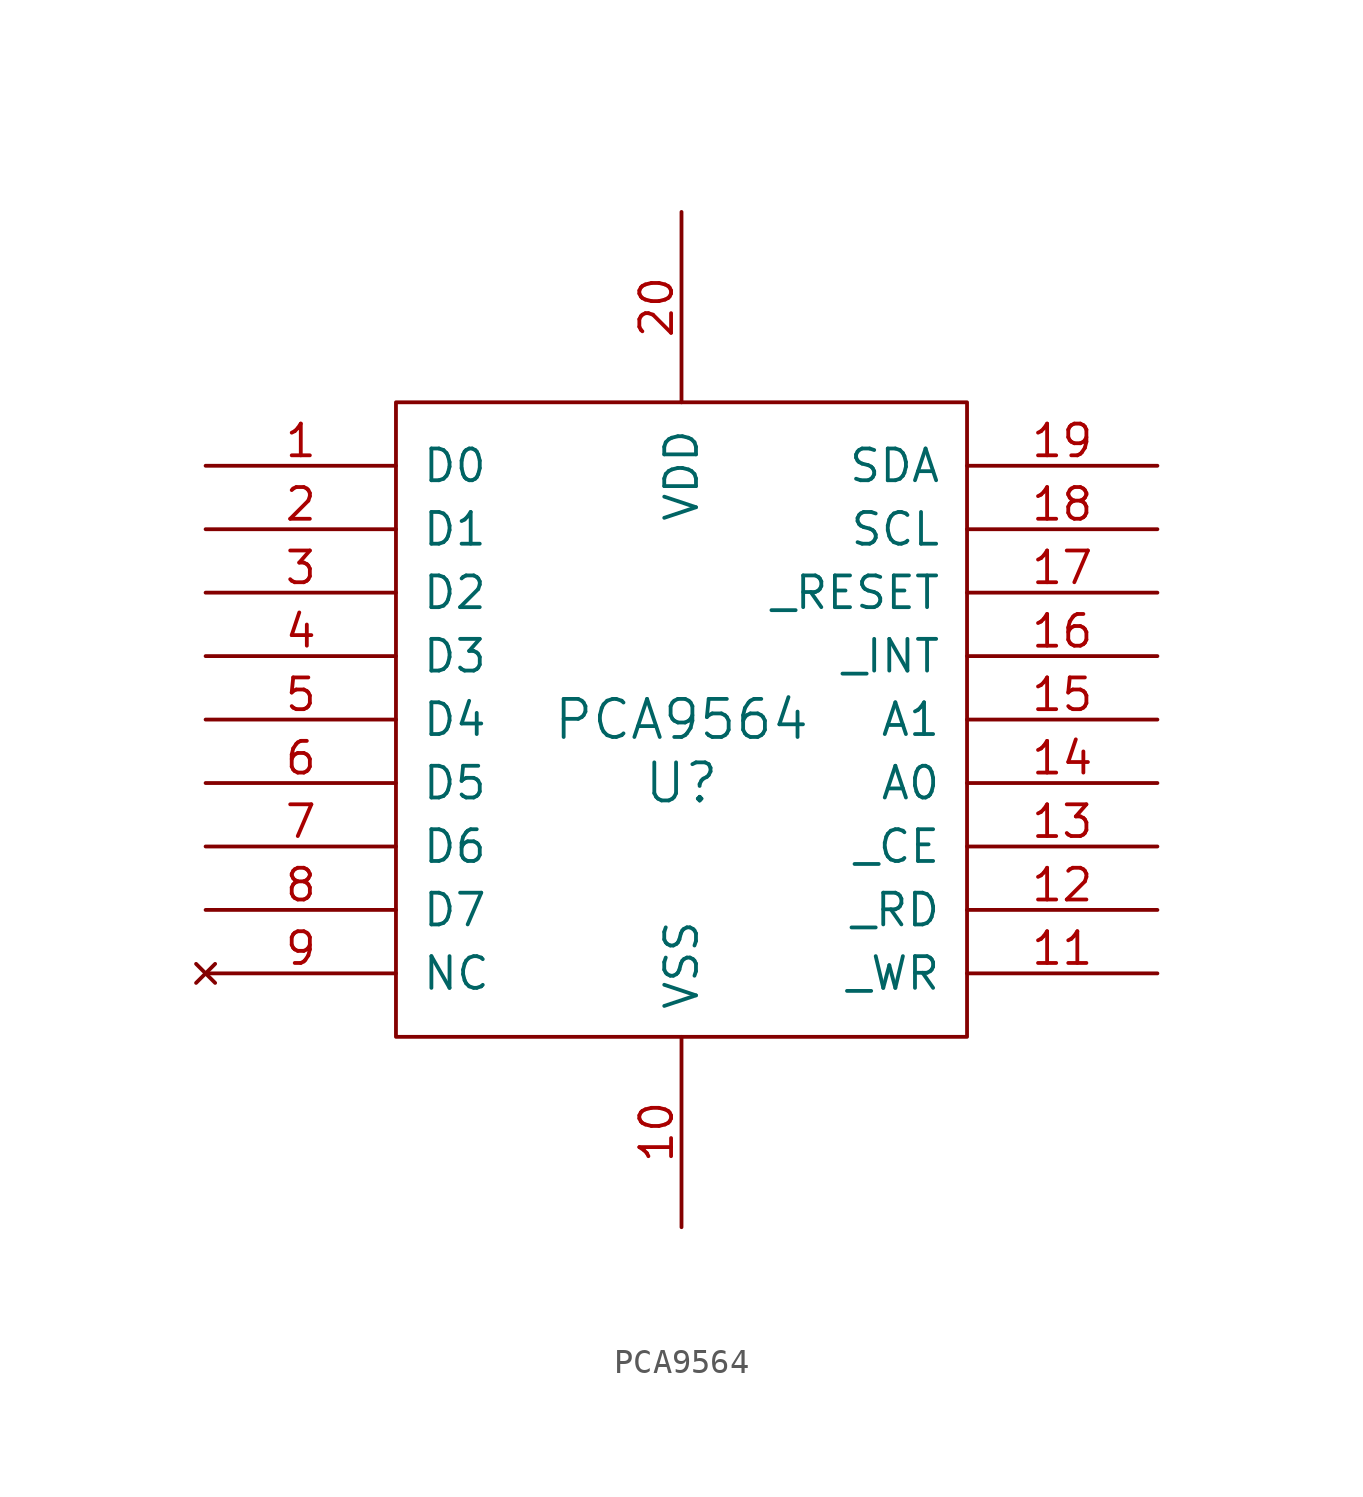
<source format=kicad_sym>
(kicad_symbol_lib
  (version 20211014)
  (generator kicad_symbol_editor)
  (symbol "PCA9564"
    (pin_names
      (offset 1.016))
    (property "Reference" "U"
      (at 0 -2.54 0)
      (effects (font (size 1.524 1.524))))
    (property "Value" "PCA9564"
      (at 0 0 0)
      (effects (font (size 1.524 1.524))))
    (property "Footprint" ""
      (at 0 0 0)
      (effects (font (size 1.524 1.524))))
    (property "Datasheet" ""
      (at 0 0 0)
      (effects (font (size 1.524 1.524))))
    (symbol "PCA9564_0_1"
      (rectangle (start -11.43 12.7) (end 11.43 -12.7) (stroke (width 0) (type default) (color 0 0 0 0)) (fill (type none))))
    (symbol "PCA9564_1_1"
      (pin bidirectional line (at -19.05 10.16 0) (length 7.62) (name "D0" (effects (font (size 1.27 1.27)))) (number "1" (effects (font (size 1.27 1.27)))))
      (pin passive line (at 0 -20.32 90) (length 7.62) (name "VSS" (effects (font (size 1.27 1.27)))) (number "10" (effects (font (size 1.27 1.27)))))
      (pin passive line (at 19.05 -10.16 180) (length 7.62) (name "_WR" (effects (font (size 1.27 1.27)))) (number "11" (effects (font (size 1.27 1.27)))))
      (pin passive line (at 19.05 -7.62 180) (length 7.62) (name "_RD" (effects (font (size 1.27 1.27)))) (number "12" (effects (font (size 1.27 1.27)))))
      (pin passive line (at 19.05 -5.08 180) (length 7.62) (name "_CE" (effects (font (size 1.27 1.27)))) (number "13" (effects (font (size 1.27 1.27)))))
      (pin passive line (at 19.05 -2.54 180) (length 7.62) (name "A0" (effects (font (size 1.27 1.27)))) (number "14" (effects (font (size 1.27 1.27)))))
      (pin passive line (at 19.05 0 180) (length 7.62) (name "A1" (effects (font (size 1.27 1.27)))) (number "15" (effects (font (size 1.27 1.27)))))
      (pin passive line (at 19.05 2.54 180) (length 7.62) (name "_INT" (effects (font (size 1.27 1.27)))) (number "16" (effects (font (size 1.27 1.27)))))
      (pin passive line (at 19.05 5.08 180) (length 7.62) (name "_RESET" (effects (font (size 1.27 1.27)))) (number "17" (effects (font (size 1.27 1.27)))))
      (pin bidirectional line (at 19.05 7.62 180) (length 7.62) (name "SCL" (effects (font (size 1.27 1.27)))) (number "18" (effects (font (size 1.27 1.27)))))
      (pin bidirectional line (at 19.05 10.16 180) (length 7.62) (name "SDA" (effects (font (size 1.27 1.27)))) (number "19" (effects (font (size 1.27 1.27)))))
      (pin bidirectional line (at -19.05 7.62 0) (length 7.62) (name "D1" (effects (font (size 1.27 1.27)))) (number "2" (effects (font (size 1.27 1.27)))))
      (pin passive line (at 0 20.32 270) (length 7.62) (name "VDD" (effects (font (size 1.27 1.27)))) (number "20" (effects (font (size 1.27 1.27)))))
      (pin bidirectional line (at -19.05 5.08 0) (length 7.62) (name "D2" (effects (font (size 1.27 1.27)))) (number "3" (effects (font (size 1.27 1.27)))))
      (pin bidirectional line (at -19.05 2.54 0) (length 7.62) (name "D3" (effects (font (size 1.27 1.27)))) (number "4" (effects (font (size 1.27 1.27)))))
      (pin bidirectional line (at -19.05 0 0) (length 7.62) (name "D4" (effects (font (size 1.27 1.27)))) (number "5" (effects (font (size 1.27 1.27)))))
      (pin bidirectional line (at -19.05 -2.54 0) (length 7.62) (name "D5" (effects (font (size 1.27 1.27)))) (number "6" (effects (font (size 1.27 1.27)))))
      (pin bidirectional line (at -19.05 -5.08 0) (length 7.62) (name "D6" (effects (font (size 1.27 1.27)))) (number "7" (effects (font (size 1.27 1.27)))))
      (pin bidirectional line (at -19.05 -7.62 0) (length 7.62) (name "D7" (effects (font (size 1.27 1.27)))) (number "8" (effects (font (size 1.27 1.27)))))
      (pin no_connect line (at -19.05 -10.16 0) (length 7.62) (name "NC" (effects (font (size 1.27 1.27)))) (number "9" (effects (font (size 1.27 1.27))))))))
</source>
